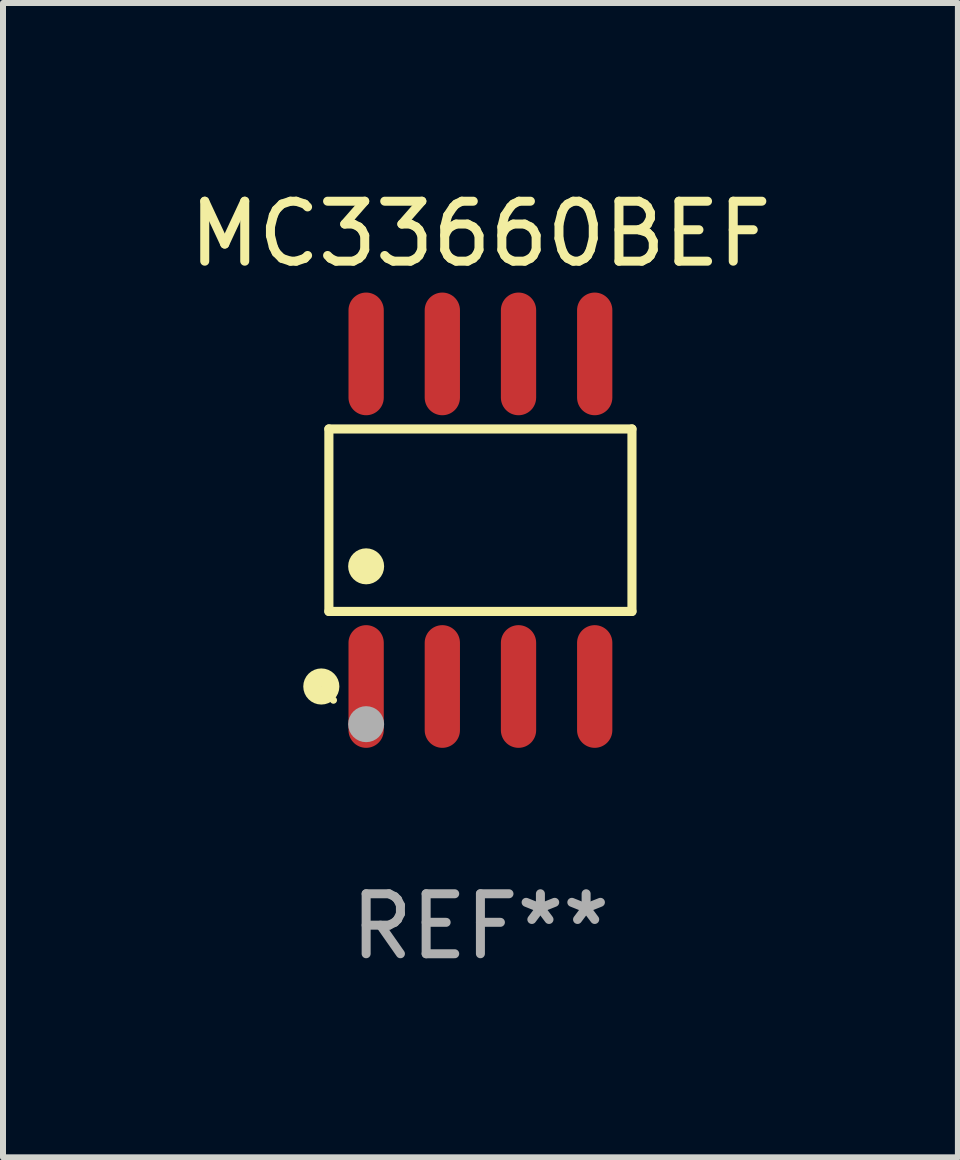
<source format=kicad_pcb>
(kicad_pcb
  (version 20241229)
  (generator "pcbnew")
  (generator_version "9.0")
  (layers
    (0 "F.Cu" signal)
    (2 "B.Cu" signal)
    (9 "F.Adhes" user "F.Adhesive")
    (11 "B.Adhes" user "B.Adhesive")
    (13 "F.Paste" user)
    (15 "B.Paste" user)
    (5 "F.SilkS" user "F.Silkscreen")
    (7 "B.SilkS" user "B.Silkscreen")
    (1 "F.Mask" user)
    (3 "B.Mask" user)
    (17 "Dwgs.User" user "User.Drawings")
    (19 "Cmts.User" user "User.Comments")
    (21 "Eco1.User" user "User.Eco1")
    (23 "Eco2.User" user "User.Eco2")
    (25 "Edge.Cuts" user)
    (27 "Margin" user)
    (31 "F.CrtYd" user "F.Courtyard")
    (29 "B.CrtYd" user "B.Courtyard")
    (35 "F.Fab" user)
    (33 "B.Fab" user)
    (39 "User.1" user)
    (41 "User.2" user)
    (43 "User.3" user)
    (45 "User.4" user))
  (footprint "MC33660BEF"
    (layer "F.Cu")
    (at 4.958 5.621)
    (property "Reference" "MC33660BEF" (at 0 -4.772 0) (layer "F.SilkS") (effects (font (size 1 1) (thickness 0.15))))
    (attr through_hole)
    (fp_line (start -2.526 -1.521) (end 2.526 -1.521) (stroke (width 0.152) (type solid)) (layer "F.SilkS"))
    (fp_line (start -2.526 1.521) (end -2.526 -1.521) (stroke (width 0.152) (type solid)) (layer "F.SilkS"))
    (fp_line (start 2.526 -1.521) (end 2.526 1.521) (stroke (width 0.152) (type solid)) (layer "F.SilkS"))
    (fp_line (start 2.526 1.521) (end -2.526 1.521) (stroke (width 0.152) (type solid)) (layer "F.SilkS"))
    (fp_circle (center -2.652 2.772) (end -2.501 2.772) (stroke (width 0.3) (type solid)) (fill no) (layer "F.SilkS"))
    (fp_circle (center -2.45 3) (end -2.42 3) (stroke (width 0.06) (type solid)) (fill no) (layer "F.SilkS"))
    (fp_circle (center -1.905 0.769) (end -1.755 0.769) (stroke (width 0.3) (type solid)) (fill no) (layer "F.SilkS"))
    (fp_circle (center -1.905 3.4) (end -1.755 3.4) (stroke (width 0.3) (type solid)) (fill no) (layer "F.Fab"))
    (fp_text user "REF**" (at 0 6.772 0) (layer "F.Fab") (effects (font (size 1 1) (thickness 0.15))))
    (pad "1" smd oval (at -1.905 2.772) (size 0.588 2.045) (layers "F.Cu" "F.Mask" "F.Paste"))
    (pad "2" smd oval (at -0.635 2.772) (size 0.588 2.045) (layers "F.Cu" "F.Mask" "F.Paste"))
    (pad "3" smd oval (at 0.635 2.772) (size 0.588 2.045) (layers "F.Cu" "F.Mask" "F.Paste"))
    (pad "4" smd oval (at 1.905 2.772) (size 0.588 2.045) (layers "F.Cu" "F.Mask" "F.Paste"))
    (pad "5" smd oval (at 1.905 -2.772) (size 0.588 2.045) (layers "F.Cu" "F.Mask" "F.Paste"))
    (pad "6" smd oval (at 0.635 -2.772) (size 0.588 2.045) (layers "F.Cu" "F.Mask" "F.Paste"))
    (pad "7" smd oval (at -0.635 -2.772) (size 0.588 2.045) (layers "F.Cu" "F.Mask" "F.Paste"))
    (pad "8" smd oval (at -1.905 -2.772) (size 0.588 2.045) (layers "F.Cu" "F.Mask" "F.Paste")))
  (gr_rect
    (start -3 -3)
    (end 12.917 16.241)
    (stroke (width 0.1) (type default))
    (fill no)
    (layer "Edge.Cuts")))
</source>
